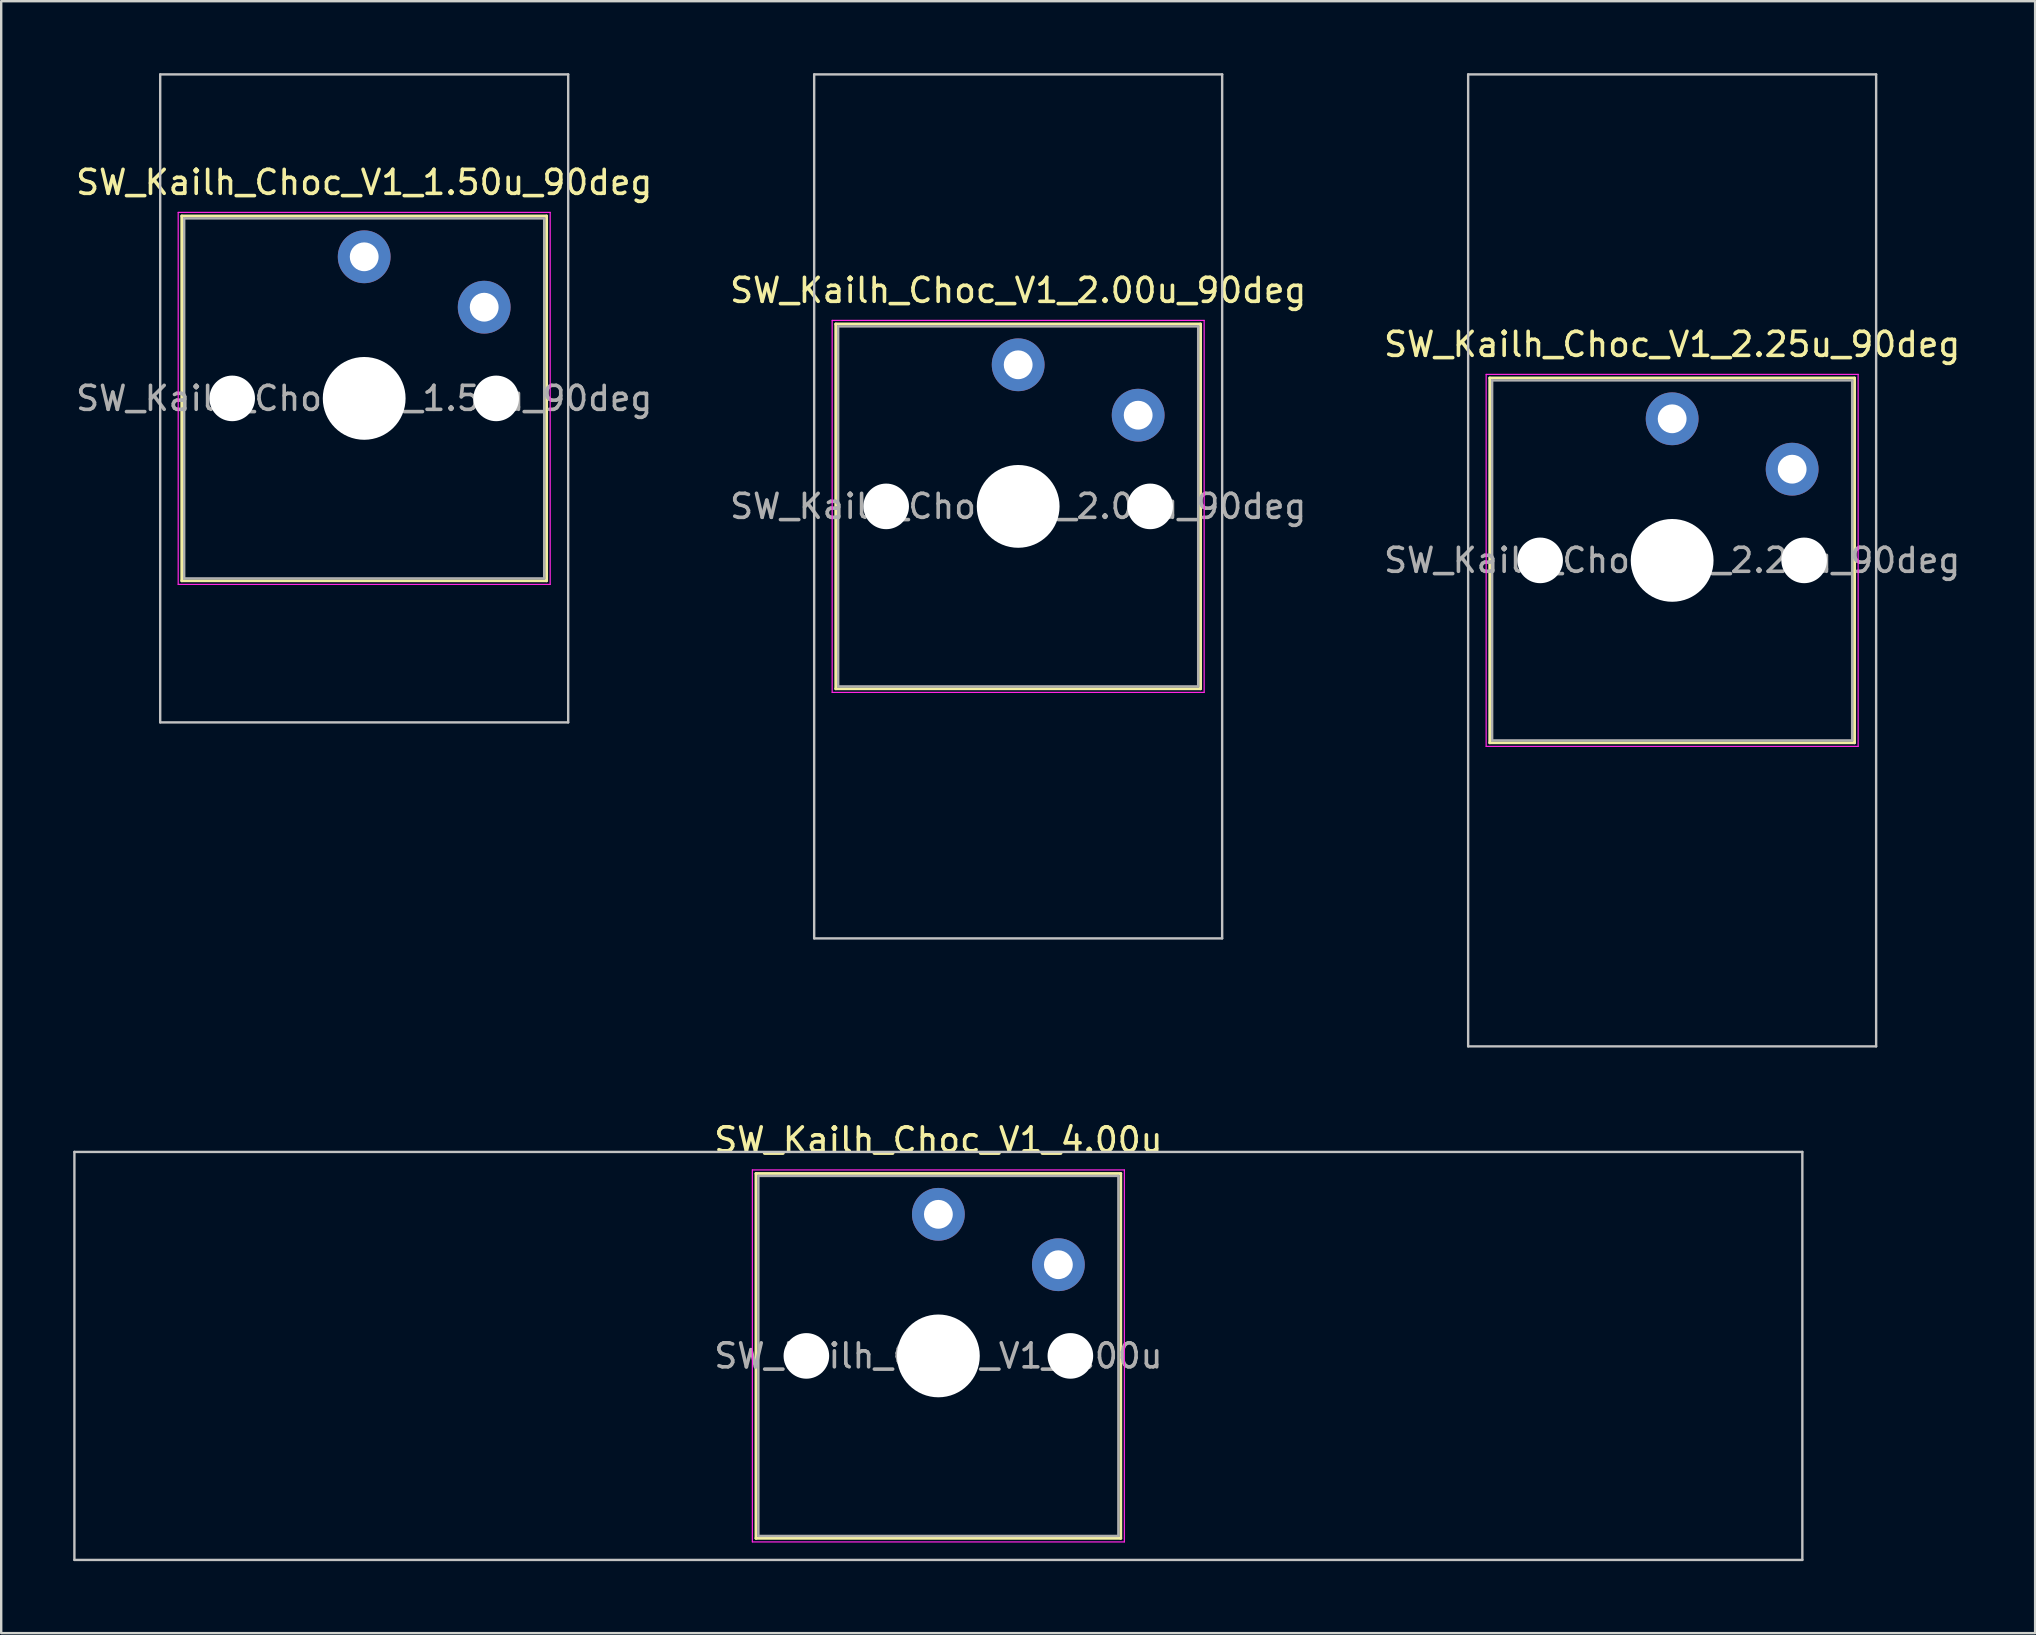
<source format=kicad_pcb>
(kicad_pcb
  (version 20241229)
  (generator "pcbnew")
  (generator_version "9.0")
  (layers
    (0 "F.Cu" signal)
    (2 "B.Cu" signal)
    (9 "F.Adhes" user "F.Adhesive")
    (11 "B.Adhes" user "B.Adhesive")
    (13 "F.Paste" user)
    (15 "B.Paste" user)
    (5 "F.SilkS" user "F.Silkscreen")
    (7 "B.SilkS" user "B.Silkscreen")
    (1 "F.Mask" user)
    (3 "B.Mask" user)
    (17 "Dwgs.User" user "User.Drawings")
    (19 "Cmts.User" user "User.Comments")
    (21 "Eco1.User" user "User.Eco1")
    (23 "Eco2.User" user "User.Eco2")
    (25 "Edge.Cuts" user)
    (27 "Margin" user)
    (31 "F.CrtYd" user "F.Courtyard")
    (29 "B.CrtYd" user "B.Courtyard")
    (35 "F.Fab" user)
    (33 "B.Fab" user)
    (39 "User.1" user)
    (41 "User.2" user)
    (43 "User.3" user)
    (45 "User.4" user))
  (footprint "SW_Kailh_Choc_V1_2.00u_90deg"
    (layer "F.Cu")
    (at 39.375 18.05)
    (property "Reference" "SW_Kailh_Choc_V1_2.00u_90deg" (at 0 -9 0) (layer "F.SilkS") (effects (font (size 1 1) (thickness 0.15))))
    (attr through_hole)
    (fp_line (start -7.6 -7.6) (end -7.6 7.6) (stroke (width 0.12) (type solid)) (layer "F.SilkS"))
    (fp_line (start -7.6 7.6) (end 7.6 7.6) (stroke (width 0.12) (type solid)) (layer "F.SilkS"))
    (fp_line (start 7.6 -7.6) (end -7.6 -7.6) (stroke (width 0.12) (type solid)) (layer "F.SilkS"))
    (fp_line (start 7.6 7.6) (end 7.6 -7.6) (stroke (width 0.12) (type solid)) (layer "F.SilkS"))
    (fp_line (start -8.5 -18) (end 8.5 -18) (stroke (width 0.1) (type solid)) (layer "Dwgs.User"))
    (fp_line (start -8.5 18) (end -8.5 -18) (stroke (width 0.1) (type solid)) (layer "Dwgs.User"))
    (fp_line (start 8.5 -18) (end 8.5 18) (stroke (width 0.1) (type solid)) (layer "Dwgs.User"))
    (fp_line (start 8.5 18) (end -8.5 18) (stroke (width 0.1) (type solid)) (layer "Dwgs.User"))
    (fp_line (start -7.25 -7.25) (end -7.25 7.25) (stroke (width 0.1) (type solid)) (layer "Eco1.User"))
    (fp_line (start -7.25 7.25) (end 7.25 7.25) (stroke (width 0.1) (type solid)) (layer "Eco1.User"))
    (fp_line (start 7.25 -7.25) (end -7.25 -7.25) (stroke (width 0.1) (type solid)) (layer "Eco1.User"))
    (fp_line (start 7.25 7.25) (end 7.25 -7.25) (stroke (width 0.1) (type solid)) (layer "Eco1.User"))
    (fp_line (start -7.75 -7.75) (end -7.75 7.75) (stroke (width 0.05) (type solid)) (layer "F.CrtYd"))
    (fp_line (start -7.75 7.75) (end 7.75 7.75) (stroke (width 0.05) (type solid)) (layer "F.CrtYd"))
    (fp_line (start 7.75 -7.75) (end -7.75 -7.75) (stroke (width 0.05) (type solid)) (layer "F.CrtYd"))
    (fp_line (start 7.75 7.75) (end 7.75 -7.75) (stroke (width 0.05) (type solid)) (layer "F.CrtYd"))
    (fp_line (start -7.5 -7.5) (end -7.5 7.5) (stroke (width 0.1) (type solid)) (layer "F.Fab"))
    (fp_line (start -7.5 7.5) (end 7.5 7.5) (stroke (width 0.1) (type solid)) (layer "F.Fab"))
    (fp_line (start 7.5 -7.5) (end -7.5 -7.5) (stroke (width 0.1) (type solid)) (layer "F.Fab"))
    (fp_line (start 7.5 7.5) (end 7.5 -7.5) (stroke (width 0.1) (type solid)) (layer "F.Fab"))
    (fp_text user "${REFERENCE}" (at 0 0 0) (layer "F.Fab") (effects (font (size 1 1) (thickness 0.15))))
    (pad "" np_thru_hole circle (at -5.5 0) (size 1.9 1.9) (drill 1.9) (layers "*.Cu" "*.Mask"))
    (pad "" np_thru_hole circle (at 0 0) (size 3.45 3.45) (drill 3.45) (layers "*.Cu" "*.Mask"))
    (pad "" np_thru_hole circle (at 5.5 0) (size 1.9 1.9) (drill 1.9) (layers "*.Cu" "*.Mask"))
    (pad "1" thru_hole circle (at 0 -5.9) (size 2.2 2.2) (drill 1.2) (layers "*.Cu" "*.Mask"))
    (pad "2" thru_hole circle (at 5 -3.8) (size 2.2 2.2) (drill 1.2) (layers "*.Cu" "*.Mask")))
  (footprint "SW_Kailh_Choc_V1_4.00u"
    (layer "F.Cu")
    (at 36.05 53.448)
    (property "Reference" "SW_Kailh_Choc_V1_4.00u" (at 0 -9 0) (layer "F.SilkS") (effects (font (size 1 1) (thickness 0.15))))
    (attr through_hole)
    (fp_line (start -7.6 -7.6) (end -7.6 7.6) (stroke (width 0.12) (type solid)) (layer "F.SilkS"))
    (fp_line (start -7.6 7.6) (end 7.6 7.6) (stroke (width 0.12) (type solid)) (layer "F.SilkS"))
    (fp_line (start 7.6 -7.6) (end -7.6 -7.6) (stroke (width 0.12) (type solid)) (layer "F.SilkS"))
    (fp_line (start 7.6 7.6) (end 7.6 -7.6) (stroke (width 0.12) (type solid)) (layer "F.SilkS"))
    (fp_line (start -36 -8.5) (end -36 8.5) (stroke (width 0.1) (type solid)) (layer "Dwgs.User"))
    (fp_line (start -36 8.5) (end 36 8.5) (stroke (width 0.1) (type solid)) (layer "Dwgs.User"))
    (fp_line (start 36 -8.5) (end -36 -8.5) (stroke (width 0.1) (type solid)) (layer "Dwgs.User"))
    (fp_line (start 36 8.5) (end 36 -8.5) (stroke (width 0.1) (type solid)) (layer "Dwgs.User"))
    (fp_line (start -7.25 -7.25) (end -7.25 7.25) (stroke (width 0.1) (type solid)) (layer "Eco1.User"))
    (fp_line (start -7.25 7.25) (end 7.25 7.25) (stroke (width 0.1) (type solid)) (layer "Eco1.User"))
    (fp_line (start 7.25 -7.25) (end -7.25 -7.25) (stroke (width 0.1) (type solid)) (layer "Eco1.User"))
    (fp_line (start 7.25 7.25) (end 7.25 -7.25) (stroke (width 0.1) (type solid)) (layer "Eco1.User"))
    (fp_line (start -7.75 -7.75) (end -7.75 7.75) (stroke (width 0.05) (type solid)) (layer "F.CrtYd"))
    (fp_line (start -7.75 7.75) (end 7.75 7.75) (stroke (width 0.05) (type solid)) (layer "F.CrtYd"))
    (fp_line (start 7.75 -7.75) (end -7.75 -7.75) (stroke (width 0.05) (type solid)) (layer "F.CrtYd"))
    (fp_line (start 7.75 7.75) (end 7.75 -7.75) (stroke (width 0.05) (type solid)) (layer "F.CrtYd"))
    (fp_line (start -7.5 -7.5) (end -7.5 7.5) (stroke (width 0.1) (type solid)) (layer "F.Fab"))
    (fp_line (start -7.5 7.5) (end 7.5 7.5) (stroke (width 0.1) (type solid)) (layer "F.Fab"))
    (fp_line (start 7.5 -7.5) (end -7.5 -7.5) (stroke (width 0.1) (type solid)) (layer "F.Fab"))
    (fp_line (start 7.5 7.5) (end 7.5 -7.5) (stroke (width 0.1) (type solid)) (layer "F.Fab"))
    (fp_text user "${REFERENCE}" (at 0 0 0) (layer "F.Fab") (effects (font (size 1 1) (thickness 0.15))))
    (pad "" np_thru_hole circle (at -5.5 0) (size 1.9 1.9) (drill 1.9) (layers "*.Cu" "*.Mask"))
    (pad "" np_thru_hole circle (at 0 0) (size 3.45 3.45) (drill 3.45) (layers "*.Cu" "*.Mask"))
    (pad "" np_thru_hole circle (at 5.5 0) (size 1.9 1.9) (drill 1.9) (layers "*.Cu" "*.Mask"))
    (pad "1" thru_hole circle (at 0 -5.9) (size 2.2 2.2) (drill 1.2) (layers "*.Cu" "*.Mask"))
    (pad "2" thru_hole circle (at 5 -3.8) (size 2.2 2.2) (drill 1.2) (layers "*.Cu" "*.Mask")))
  (footprint "SW_Kailh_Choc_V1_2.25u_90deg"
    (layer "F.Cu")
    (at 66.625 20.3)
    (property "Reference" "SW_Kailh_Choc_V1_2.25u_90deg" (at 0 -9 0) (layer "F.SilkS") (effects (font (size 1 1) (thickness 0.15))))
    (attr through_hole)
    (fp_line (start -7.6 -7.6) (end -7.6 7.6) (stroke (width 0.12) (type solid)) (layer "F.SilkS"))
    (fp_line (start -7.6 7.6) (end 7.6 7.6) (stroke (width 0.12) (type solid)) (layer "F.SilkS"))
    (fp_line (start 7.6 -7.6) (end -7.6 -7.6) (stroke (width 0.12) (type solid)) (layer "F.SilkS"))
    (fp_line (start 7.6 7.6) (end 7.6 -7.6) (stroke (width 0.12) (type solid)) (layer "F.SilkS"))
    (fp_line (start -8.5 -20.25) (end 8.5 -20.25) (stroke (width 0.1) (type solid)) (layer "Dwgs.User"))
    (fp_line (start -8.5 20.25) (end -8.5 -20.25) (stroke (width 0.1) (type solid)) (layer "Dwgs.User"))
    (fp_line (start 8.5 -20.25) (end 8.5 20.25) (stroke (width 0.1) (type solid)) (layer "Dwgs.User"))
    (fp_line (start 8.5 20.25) (end -8.5 20.25) (stroke (width 0.1) (type solid)) (layer "Dwgs.User"))
    (fp_line (start -7.25 -7.25) (end -7.25 7.25) (stroke (width 0.1) (type solid)) (layer "Eco1.User"))
    (fp_line (start -7.25 7.25) (end 7.25 7.25) (stroke (width 0.1) (type solid)) (layer "Eco1.User"))
    (fp_line (start 7.25 -7.25) (end -7.25 -7.25) (stroke (width 0.1) (type solid)) (layer "Eco1.User"))
    (fp_line (start 7.25 7.25) (end 7.25 -7.25) (stroke (width 0.1) (type solid)) (layer "Eco1.User"))
    (fp_line (start -7.75 -7.75) (end -7.75 7.75) (stroke (width 0.05) (type solid)) (layer "F.CrtYd"))
    (fp_line (start -7.75 7.75) (end 7.75 7.75) (stroke (width 0.05) (type solid)) (layer "F.CrtYd"))
    (fp_line (start 7.75 -7.75) (end -7.75 -7.75) (stroke (width 0.05) (type solid)) (layer "F.CrtYd"))
    (fp_line (start 7.75 7.75) (end 7.75 -7.75) (stroke (width 0.05) (type solid)) (layer "F.CrtYd"))
    (fp_line (start -7.5 -7.5) (end -7.5 7.5) (stroke (width 0.1) (type solid)) (layer "F.Fab"))
    (fp_line (start -7.5 7.5) (end 7.5 7.5) (stroke (width 0.1) (type solid)) (layer "F.Fab"))
    (fp_line (start 7.5 -7.5) (end -7.5 -7.5) (stroke (width 0.1) (type solid)) (layer "F.Fab"))
    (fp_line (start 7.5 7.5) (end 7.5 -7.5) (stroke (width 0.1) (type solid)) (layer "F.Fab"))
    (fp_text user "${REFERENCE}" (at 0 0 0) (layer "F.Fab") (effects (font (size 1 1) (thickness 0.15))))
    (pad "" np_thru_hole circle (at -5.5 0) (size 1.9 1.9) (drill 1.9) (layers "*.Cu" "*.Mask"))
    (pad "" np_thru_hole circle (at 0 0) (size 3.45 3.45) (drill 3.45) (layers "*.Cu" "*.Mask"))
    (pad "" np_thru_hole circle (at 5.5 0) (size 1.9 1.9) (drill 1.9) (layers "*.Cu" "*.Mask"))
    (pad "1" thru_hole circle (at 0 -5.9) (size 2.2 2.2) (drill 1.2) (layers "*.Cu" "*.Mask"))
    (pad "2" thru_hole circle (at 5 -3.8) (size 2.2 2.2) (drill 1.2) (layers "*.Cu" "*.Mask")))
  (footprint "SW_Kailh_Choc_V1_1.50u_90deg"
    (layer "F.Cu")
    (at 12.125 13.55)
    (property "Reference" "SW_Kailh_Choc_V1_1.50u_90deg" (at 0 -9 0) (layer "F.SilkS") (effects (font (size 1 1) (thickness 0.15))))
    (attr through_hole)
    (fp_line (start -7.6 -7.6) (end -7.6 7.6) (stroke (width 0.12) (type solid)) (layer "F.SilkS"))
    (fp_line (start -7.6 7.6) (end 7.6 7.6) (stroke (width 0.12) (type solid)) (layer "F.SilkS"))
    (fp_line (start 7.6 -7.6) (end -7.6 -7.6) (stroke (width 0.12) (type solid)) (layer "F.SilkS"))
    (fp_line (start 7.6 7.6) (end 7.6 -7.6) (stroke (width 0.12) (type solid)) (layer "F.SilkS"))
    (fp_line (start -8.5 -13.5) (end 8.5 -13.5) (stroke (width 0.1) (type solid)) (layer "Dwgs.User"))
    (fp_line (start -8.5 13.5) (end -8.5 -13.5) (stroke (width 0.1) (type solid)) (layer "Dwgs.User"))
    (fp_line (start 8.5 -13.5) (end 8.5 13.5) (stroke (width 0.1) (type solid)) (layer "Dwgs.User"))
    (fp_line (start 8.5 13.5) (end -8.5 13.5) (stroke (width 0.1) (type solid)) (layer "Dwgs.User"))
    (fp_line (start -7.25 -7.25) (end -7.25 7.25) (stroke (width 0.1) (type solid)) (layer "Eco1.User"))
    (fp_line (start -7.25 7.25) (end 7.25 7.25) (stroke (width 0.1) (type solid)) (layer "Eco1.User"))
    (fp_line (start 7.25 -7.25) (end -7.25 -7.25) (stroke (width 0.1) (type solid)) (layer "Eco1.User"))
    (fp_line (start 7.25 7.25) (end 7.25 -7.25) (stroke (width 0.1) (type solid)) (layer "Eco1.User"))
    (fp_line (start -7.75 -7.75) (end -7.75 7.75) (stroke (width 0.05) (type solid)) (layer "F.CrtYd"))
    (fp_line (start -7.75 7.75) (end 7.75 7.75) (stroke (width 0.05) (type solid)) (layer "F.CrtYd"))
    (fp_line (start 7.75 -7.75) (end -7.75 -7.75) (stroke (width 0.05) (type solid)) (layer "F.CrtYd"))
    (fp_line (start 7.75 7.75) (end 7.75 -7.75) (stroke (width 0.05) (type solid)) (layer "F.CrtYd"))
    (fp_line (start -7.5 -7.5) (end -7.5 7.5) (stroke (width 0.1) (type solid)) (layer "F.Fab"))
    (fp_line (start -7.5 7.5) (end 7.5 7.5) (stroke (width 0.1) (type solid)) (layer "F.Fab"))
    (fp_line (start 7.5 -7.5) (end -7.5 -7.5) (stroke (width 0.1) (type solid)) (layer "F.Fab"))
    (fp_line (start 7.5 7.5) (end 7.5 -7.5) (stroke (width 0.1) (type solid)) (layer "F.Fab"))
    (fp_text user "${REFERENCE}" (at 0 0 0) (layer "F.Fab") (effects (font (size 1 1) (thickness 0.15))))
    (pad "" np_thru_hole circle (at -5.5 0) (size 1.9 1.9) (drill 1.9) (layers "*.Cu" "*.Mask"))
    (pad "" np_thru_hole circle (at 0 0) (size 3.45 3.45) (drill 3.45) (layers "*.Cu" "*.Mask"))
    (pad "" np_thru_hole circle (at 5.5 0) (size 1.9 1.9) (drill 1.9) (layers "*.Cu" "*.Mask"))
    (pad "1" thru_hole circle (at 0 -5.9) (size 2.2 2.2) (drill 1.2) (layers "*.Cu" "*.Mask"))
    (pad "2" thru_hole circle (at 5 -3.8) (size 2.2 2.2) (drill 1.2) (layers "*.Cu" "*.Mask")))
  (gr_rect
    (start -3 -3)
    (end 81.75 64.998)
    (stroke (width 0.1) (type default))
    (fill no)
    (layer "Edge.Cuts")))
</source>
